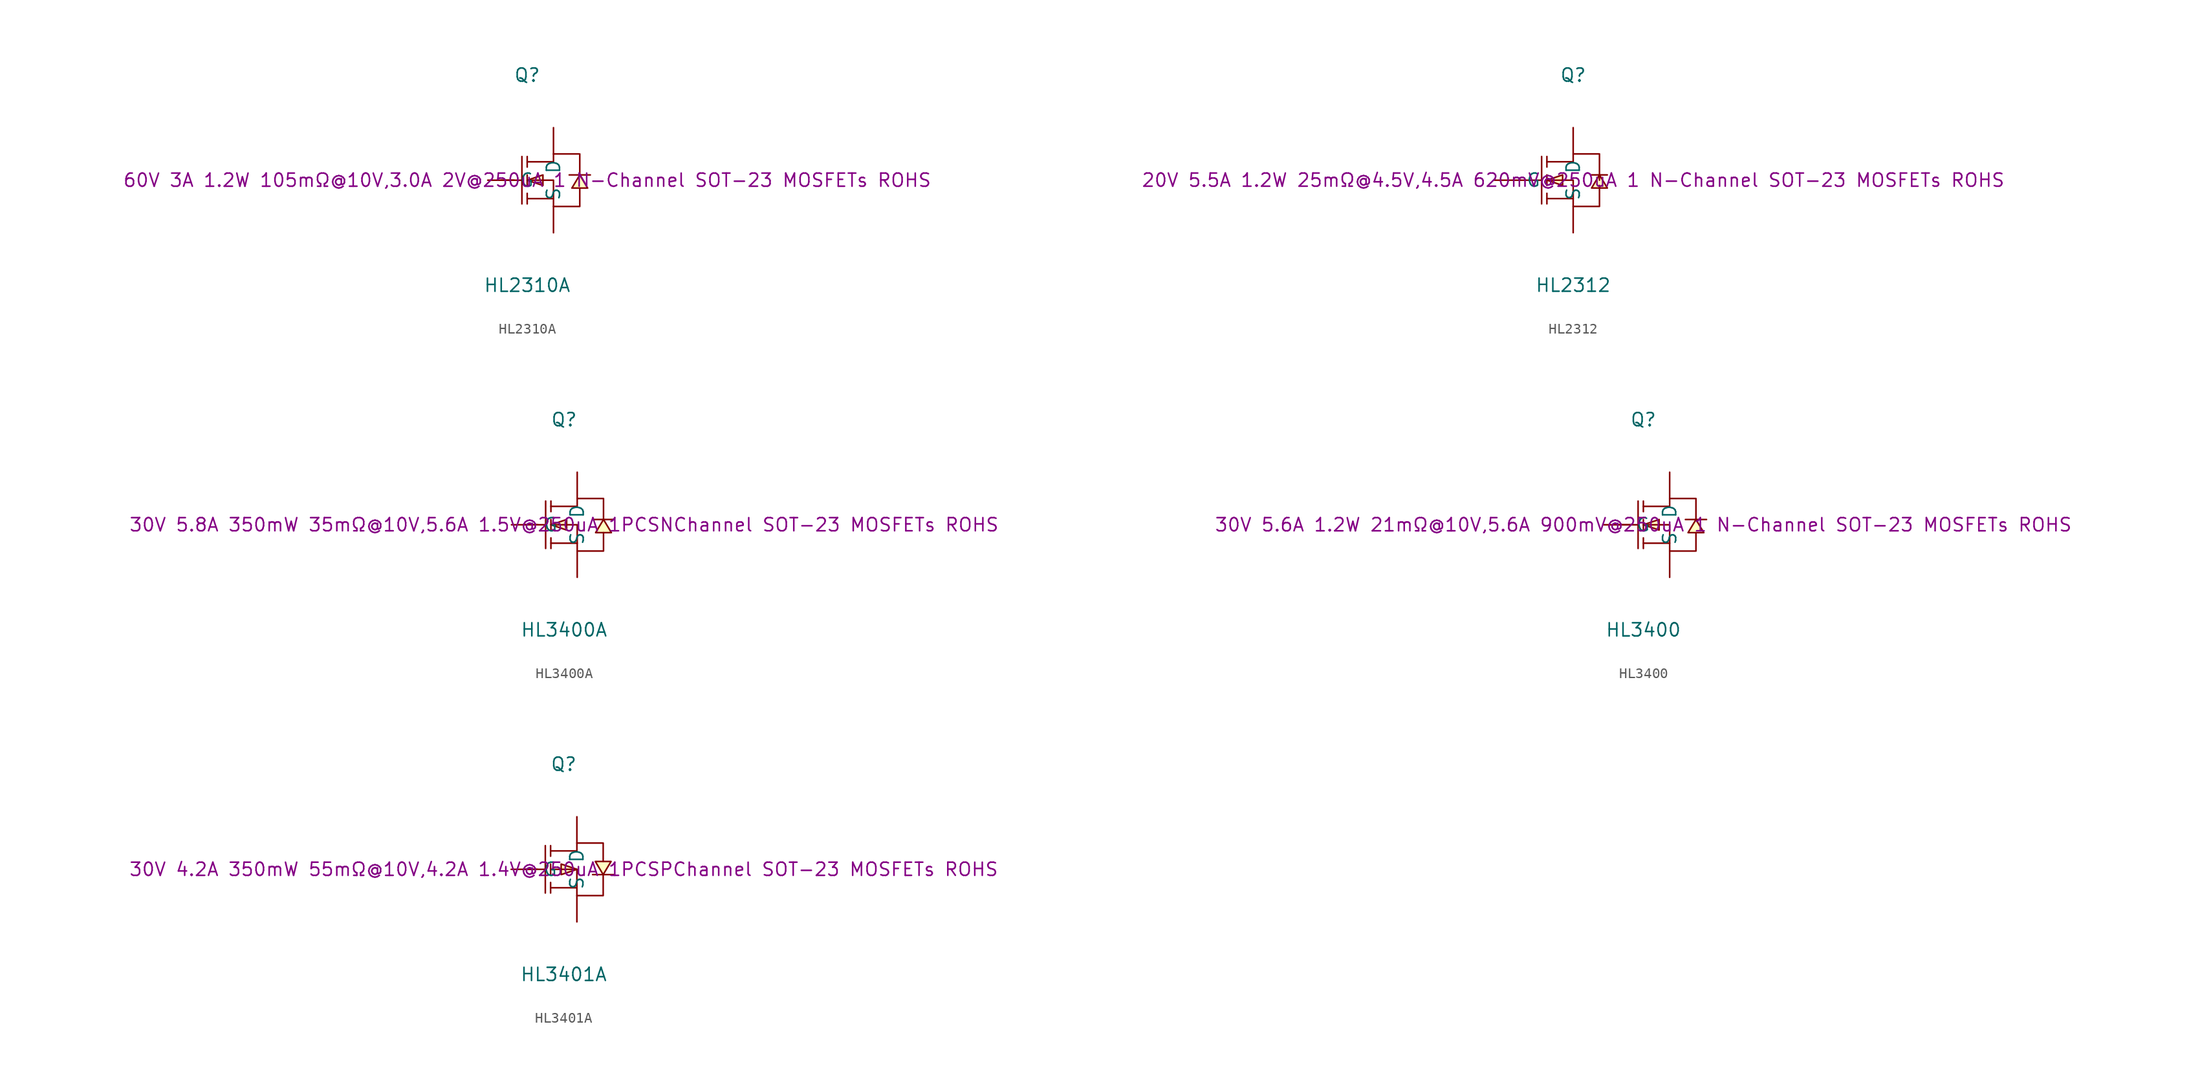
<source format=kicad_sym>
(kicad_symbol_lib
  (version 20241209)
  (generator "kicad_symbol_editor")
  (generator_version "9.0")
  (symbol "HL2310A"
    (pin_numbers
      (hide yes))
    (property "Reference" "Q"
      (at 0 10.16 0)
      (effects (font (size 1.27 1.27))))
    (property "Value" "HL2310A"
      (at 0 -10.16 0)
      (effects (font (size 1.27 1.27))))
    (property "Description" "60V 3A 1.2W 105mΩ@10V,3.0A 2V@250uA 1 N-Channel SOT-23 MOSFETs ROHS"
      (at 0 0 0)
      (effects (font (size 1.27 1.27))))
    (symbol "HL2310A_0_1"
      (polyline (pts (xy -2.54 0) (xy -0.51 0)) (stroke (width 0) (type default)) (fill (type none)))
      (polyline (pts (xy -0.51 2.29) (xy -0.51 -2.29)) (stroke (width 0) (type default)) (fill (type none)))
      (polyline (pts (xy 0 2.29) (xy 0 1.27)) (stroke (width 0) (type default)) (fill (type none)))
      (polyline (pts (xy 0 1.78) (xy 2.54 1.78) (xy 2.54 2.54) (xy 5.08 2.54) (xy 5.08 0.51)) (stroke (width 0) (type default)) (fill (type none)))
      (polyline (pts (xy 0 0) (xy 1.52 -0.51) (xy 1.52 0.51) (xy 0 0)) (stroke (width 0) (type default)) (fill (type background)))
      (polyline (pts (xy 0 0) (xy 2.54 0) (xy 2.54 -2.54) (xy 5.08 -2.54) (xy 5.08 -0.76)) (stroke (width 0) (type default)) (fill (type none)))
      (polyline (pts (xy 0 -0.51) (xy 0 0.51)) (stroke (width 0) (type default)) (fill (type none)))
      (polyline (pts (xy 0 -2.29) (xy 0 -1.27)) (stroke (width 0) (type default)) (fill (type none)))
      (polyline (pts (xy 2.54 -1.78) (xy 0 -1.78)) (stroke (width 0) (type default)) (fill (type none)))
      (polyline (pts (xy 5.08 0.51) (xy 4.32 -0.76) (xy 5.84 -0.76) (xy 5.08 0.51)) (stroke (width 0) (type default)) (fill (type background)))
      (polyline (pts (xy 6.1 0.51) (xy 5.59 0.51) (xy 4.57 0.51) (xy 4.06 0.51)) (stroke (width 0) (type default)) (fill (type none)))
      (pin unspecified line (at -3.81 0 0) (length 2.54) (name "G" (effects (font (size 1.27 1.27)))) (number "1" (effects (font (size 1.27 1.27)))))
      (pin unspecified line (at 2.54 5.08 270) (length 2.54) (name "D" (effects (font (size 1.27 1.27)))) (number "3" (effects (font (size 1.27 1.27)))))
      (pin unspecified line (at 2.54 -5.08 90) (length 2.54) (name "S" (effects (font (size 1.27 1.27)))) (number "2" (effects (font (size 1.27 1.27)))))))
  (symbol "HL2312"
    (pin_numbers
      (hide yes))
    (property "Reference" "Q"
      (at 0 10.16 0)
      (effects (font (size 1.27 1.27))))
    (property "Value" "HL2312"
      (at 0 -10.16 0)
      (effects (font (size 1.27 1.27))))
    (property "Description" "20V 5.5A 1.2W 25mΩ@4.5V,4.5A 620mV@250uA 1 N-Channel SOT-23 MOSFETs ROHS"
      (at 0 0 0)
      (effects (font (size 1.27 1.27))))
    (symbol "HL2312_0_1"
      (polyline (pts (xy -5.08 0) (xy -3.05 0)) (stroke (width 0) (type default)) (fill (type none)))
      (polyline (pts (xy -3.05 2.29) (xy -3.05 -2.29)) (stroke (width 0) (type default)) (fill (type none)))
      (polyline (pts (xy -2.54 1.27) (xy -2.54 2.29)) (stroke (width 0) (type default)) (fill (type none)))
      (polyline (pts (xy -2.54 0) (xy 0 0) (xy 0 -2.54)) (stroke (width 0) (type default)) (fill (type none)))
      (polyline (pts (xy -2.54 0) (xy -1.02 -0.51) (xy -1.02 0.51) (xy -2.54 0)) (stroke (width 0) (type default)) (fill (type background)))
      (polyline (pts (xy -2.54 -0.51) (xy -2.54 0.51)) (stroke (width 0) (type default)) (fill (type none)))
      (polyline (pts (xy -2.54 -2.29) (xy -2.54 -1.27)) (stroke (width 0) (type default)) (fill (type none)))
      (polyline (pts (xy 0 1.78) (xy -2.54 1.78)) (stroke (width 0) (type default)) (fill (type none)))
      (polyline (pts (xy 0 1.78) (xy 0 2.54) (xy 2.54 2.54) (xy 2.54 0)) (stroke (width 0) (type default)) (fill (type none)))
      (polyline (pts (xy 0 -1.78) (xy -2.54 -1.78)) (stroke (width 0) (type default)) (fill (type none)))
      (polyline (pts (xy 0 -2.54) (xy 2.54 -2.54) (xy 2.54 -0.51)) (stroke (width 0) (type default)) (fill (type none)))
      (polyline (pts (xy 1.78 0.51) (xy 2.03 0.51) (xy 3.05 0.51) (xy 3.3 0.51)) (stroke (width 0) (type default)) (fill (type none)))
      (polyline (pts (xy 2.54 0.51) (xy 1.78 -0.76) (xy 3.3 -0.76) (xy 2.54 0.51)) (stroke (width 0) (type default)) (fill (type background)))
      (pin unspecified line (at -7.62 0 0) (length 2.54) (name "G" (effects (font (size 1.27 1.27)))) (number "1" (effects (font (size 1.27 1.27)))))
      (pin unspecified line (at 0 5.08 270) (length 2.54) (name "D" (effects (font (size 1.27 1.27)))) (number "3" (effects (font (size 1.27 1.27)))))
      (pin unspecified line (at 0 -5.08 90) (length 2.54) (name "S" (effects (font (size 1.27 1.27)))) (number "2" (effects (font (size 1.27 1.27)))))))
  (symbol "HL3400A"
    (pin_numbers
      (hide yes))
    (property "Reference" "Q"
      (at 0 10.16 0)
      (effects (font (size 1.27 1.27))))
    (property "Value" "HL3400A"
      (at 0 -10.16 0)
      (effects (font (size 1.27 1.27))))
    (property "Description" "30V 5.8A 350mW 35mΩ@10V,5.6A 1.5V@250uA 1PCSNChannel SOT-23 MOSFETs ROHS"
      (at 0 0 0)
      (effects (font (size 1.27 1.27))))
    (symbol "HL3400A_0_1"
      (polyline (pts (xy -3.81 0) (xy -1.78 0)) (stroke (width 0) (type default)) (fill (type none)))
      (polyline (pts (xy -1.78 2.29) (xy -1.78 -2.29)) (stroke (width 0) (type default)) (fill (type none)))
      (polyline (pts (xy -1.27 2.29) (xy -1.27 1.27)) (stroke (width 0) (type default)) (fill (type none)))
      (polyline (pts (xy -1.27 1.78) (xy 1.27 1.78) (xy 1.27 2.54) (xy 3.81 2.54) (xy 3.81 0.51)) (stroke (width 0) (type default)) (fill (type none)))
      (polyline (pts (xy -1.27 0) (xy 0.25 -0.51) (xy 0.25 0.51) (xy -1.27 0)) (stroke (width 0) (type default)) (fill (type background)))
      (polyline (pts (xy -1.27 0) (xy 1.27 0) (xy 1.27 -2.54) (xy 3.81 -2.54) (xy 3.81 -0.76)) (stroke (width 0) (type default)) (fill (type none)))
      (polyline (pts (xy -1.27 -0.51) (xy -1.27 0.51)) (stroke (width 0) (type default)) (fill (type none)))
      (polyline (pts (xy -1.27 -2.29) (xy -1.27 -1.27)) (stroke (width 0) (type default)) (fill (type none)))
      (polyline (pts (xy 1.27 -1.78) (xy -1.27 -1.78)) (stroke (width 0) (type default)) (fill (type none)))
      (polyline (pts (xy 3.81 0.51) (xy 3.05 -0.76) (xy 4.57 -0.76) (xy 3.81 0.51)) (stroke (width 0) (type default)) (fill (type background)))
      (polyline (pts (xy 4.83 0.51) (xy 4.32 0.51) (xy 3.3 0.51) (xy 2.79 0.51)) (stroke (width 0) (type default)) (fill (type none)))
      (pin unspecified line (at -5.08 0 0) (length 2.54) (name "G" (effects (font (size 1.27 1.27)))) (number "1" (effects (font (size 1.27 1.27)))))
      (pin unspecified line (at 1.27 5.08 270) (length 2.54) (name "D" (effects (font (size 1.27 1.27)))) (number "3" (effects (font (size 1.27 1.27)))))
      (pin unspecified line (at 1.27 -5.08 90) (length 2.54) (name "S" (effects (font (size 1.27 1.27)))) (number "2" (effects (font (size 1.27 1.27)))))))
  (symbol "HL3400"
    (pin_numbers
      (hide yes))
    (property "Reference" "Q"
      (at 0 10.16 0)
      (effects (font (size 1.27 1.27))))
    (property "Value" "HL3400"
      (at 0 -10.16 0)
      (effects (font (size 1.27 1.27))))
    (property "Description" "30V 5.6A 1.2W 21mΩ@10V,5.6A 900mV@250uA 1 N-Channel SOT-23 MOSFETs ROHS"
      (at 0 0 0)
      (effects (font (size 1.27 1.27))))
    (symbol "HL3400_0_1"
      (polyline (pts (xy -2.54 0) (xy -0.51 0)) (stroke (width 0) (type default)) (fill (type none)))
      (polyline (pts (xy -0.51 2.29) (xy -0.51 -2.29)) (stroke (width 0) (type default)) (fill (type none)))
      (polyline (pts (xy 0 2.29) (xy 0 1.27)) (stroke (width 0) (type default)) (fill (type none)))
      (polyline (pts (xy 0 1.78) (xy 2.54 1.78) (xy 2.54 2.54) (xy 5.08 2.54) (xy 5.08 0.51)) (stroke (width 0) (type default)) (fill (type none)))
      (polyline (pts (xy 0 0) (xy 1.52 -0.51) (xy 1.52 0.51) (xy 0 0)) (stroke (width 0) (type default)) (fill (type background)))
      (polyline (pts (xy 0 0) (xy 2.54 0) (xy 2.54 -2.54) (xy 5.08 -2.54) (xy 5.08 -0.76)) (stroke (width 0) (type default)) (fill (type none)))
      (polyline (pts (xy 0 -0.51) (xy 0 0.51)) (stroke (width 0) (type default)) (fill (type none)))
      (polyline (pts (xy 0 -2.29) (xy 0 -1.27)) (stroke (width 0) (type default)) (fill (type none)))
      (polyline (pts (xy 2.54 -1.78) (xy 0 -1.78)) (stroke (width 0) (type default)) (fill (type none)))
      (polyline (pts (xy 5.08 0.51) (xy 4.32 -0.76) (xy 5.84 -0.76) (xy 5.08 0.51)) (stroke (width 0) (type default)) (fill (type background)))
      (polyline (pts (xy 6.1 0.51) (xy 5.59 0.51) (xy 4.57 0.51) (xy 4.06 0.51)) (stroke (width 0) (type default)) (fill (type none)))
      (pin unspecified line (at -3.81 0 0) (length 2.54) (name "G" (effects (font (size 1.27 1.27)))) (number "1" (effects (font (size 1.27 1.27)))))
      (pin unspecified line (at 2.54 5.08 270) (length 2.54) (name "D" (effects (font (size 1.27 1.27)))) (number "3" (effects (font (size 1.27 1.27)))))
      (pin unspecified line (at 2.54 -5.08 90) (length 2.54) (name "S" (effects (font (size 1.27 1.27)))) (number "2" (effects (font (size 1.27 1.27)))))))
  (symbol "HL3401A"
    (pin_numbers
      (hide yes))
    (property "Reference" "Q"
      (at 0 10.16 0)
      (effects (font (size 1.27 1.27))))
    (property "Value" "HL3401A"
      (at 0 -10.16 0)
      (effects (font (size 1.27 1.27))))
    (property "Description" "30V 4.2A 350mW 55mΩ@10V,4.2A 1.4V@250uA 1PCSPChannel SOT-23 MOSFETs ROHS"
      (at 0 0 0)
      (effects (font (size 1.27 1.27))))
    (symbol "HL3401A_0_1"
      (polyline (pts (xy -3.81 0) (xy -1.78 0)) (stroke (width 0) (type default)) (fill (type none)))
      (polyline (pts (xy -1.78 2.29) (xy -1.78 -2.29)) (stroke (width 0) (type default)) (fill (type none)))
      (polyline (pts (xy -1.27 2.29) (xy -1.27 1.27)) (stroke (width 0) (type default)) (fill (type none)))
      (polyline (pts (xy -1.27 1.78) (xy 1.27 1.78) (xy 1.27 2.54) (xy 3.81 2.54) (xy 3.81 0.76)) (stroke (width 0) (type default)) (fill (type none)))
      (polyline (pts (xy -1.27 0) (xy 1.27 0) (xy 1.27 -2.54) (xy 3.81 -2.54) (xy 3.81 -0.51)) (stroke (width 0) (type default)) (fill (type none)))
      (polyline (pts (xy -1.27 -0.51) (xy -1.27 0.51)) (stroke (width 0) (type default)) (fill (type none)))
      (polyline (pts (xy -1.27 -2.29) (xy -1.27 -1.27)) (stroke (width 0) (type default)) (fill (type none)))
      (polyline (pts (xy 1.27 0) (xy -0.25 0.51) (xy -0.25 -0.51) (xy 1.27 0)) (stroke (width 0) (type default)) (fill (type background)))
      (polyline (pts (xy 1.27 -1.78) (xy -1.27 -1.78)) (stroke (width 0) (type default)) (fill (type none)))
      (polyline (pts (xy 2.79 -0.51) (xy 3.3 -0.51) (xy 4.32 -0.51) (xy 4.83 -0.51)) (stroke (width 0) (type default)) (fill (type none)))
      (polyline (pts (xy 3.81 -0.51) (xy 4.57 0.76) (xy 3.05 0.76) (xy 3.81 -0.51)) (stroke (width 0) (type default)) (fill (type background)))
      (pin unspecified line (at -5.08 0 0) (length 2.54) (name "G" (effects (font (size 1.27 1.27)))) (number "1" (effects (font (size 1.27 1.27)))))
      (pin unspecified line (at 1.27 5.08 270) (length 2.54) (name "D" (effects (font (size 1.27 1.27)))) (number "3" (effects (font (size 1.27 1.27)))))
      (pin unspecified line (at 1.27 -5.08 90) (length 2.54) (name "S" (effects (font (size 1.27 1.27)))) (number "2" (effects (font (size 1.27 1.27))))))))
</source>
